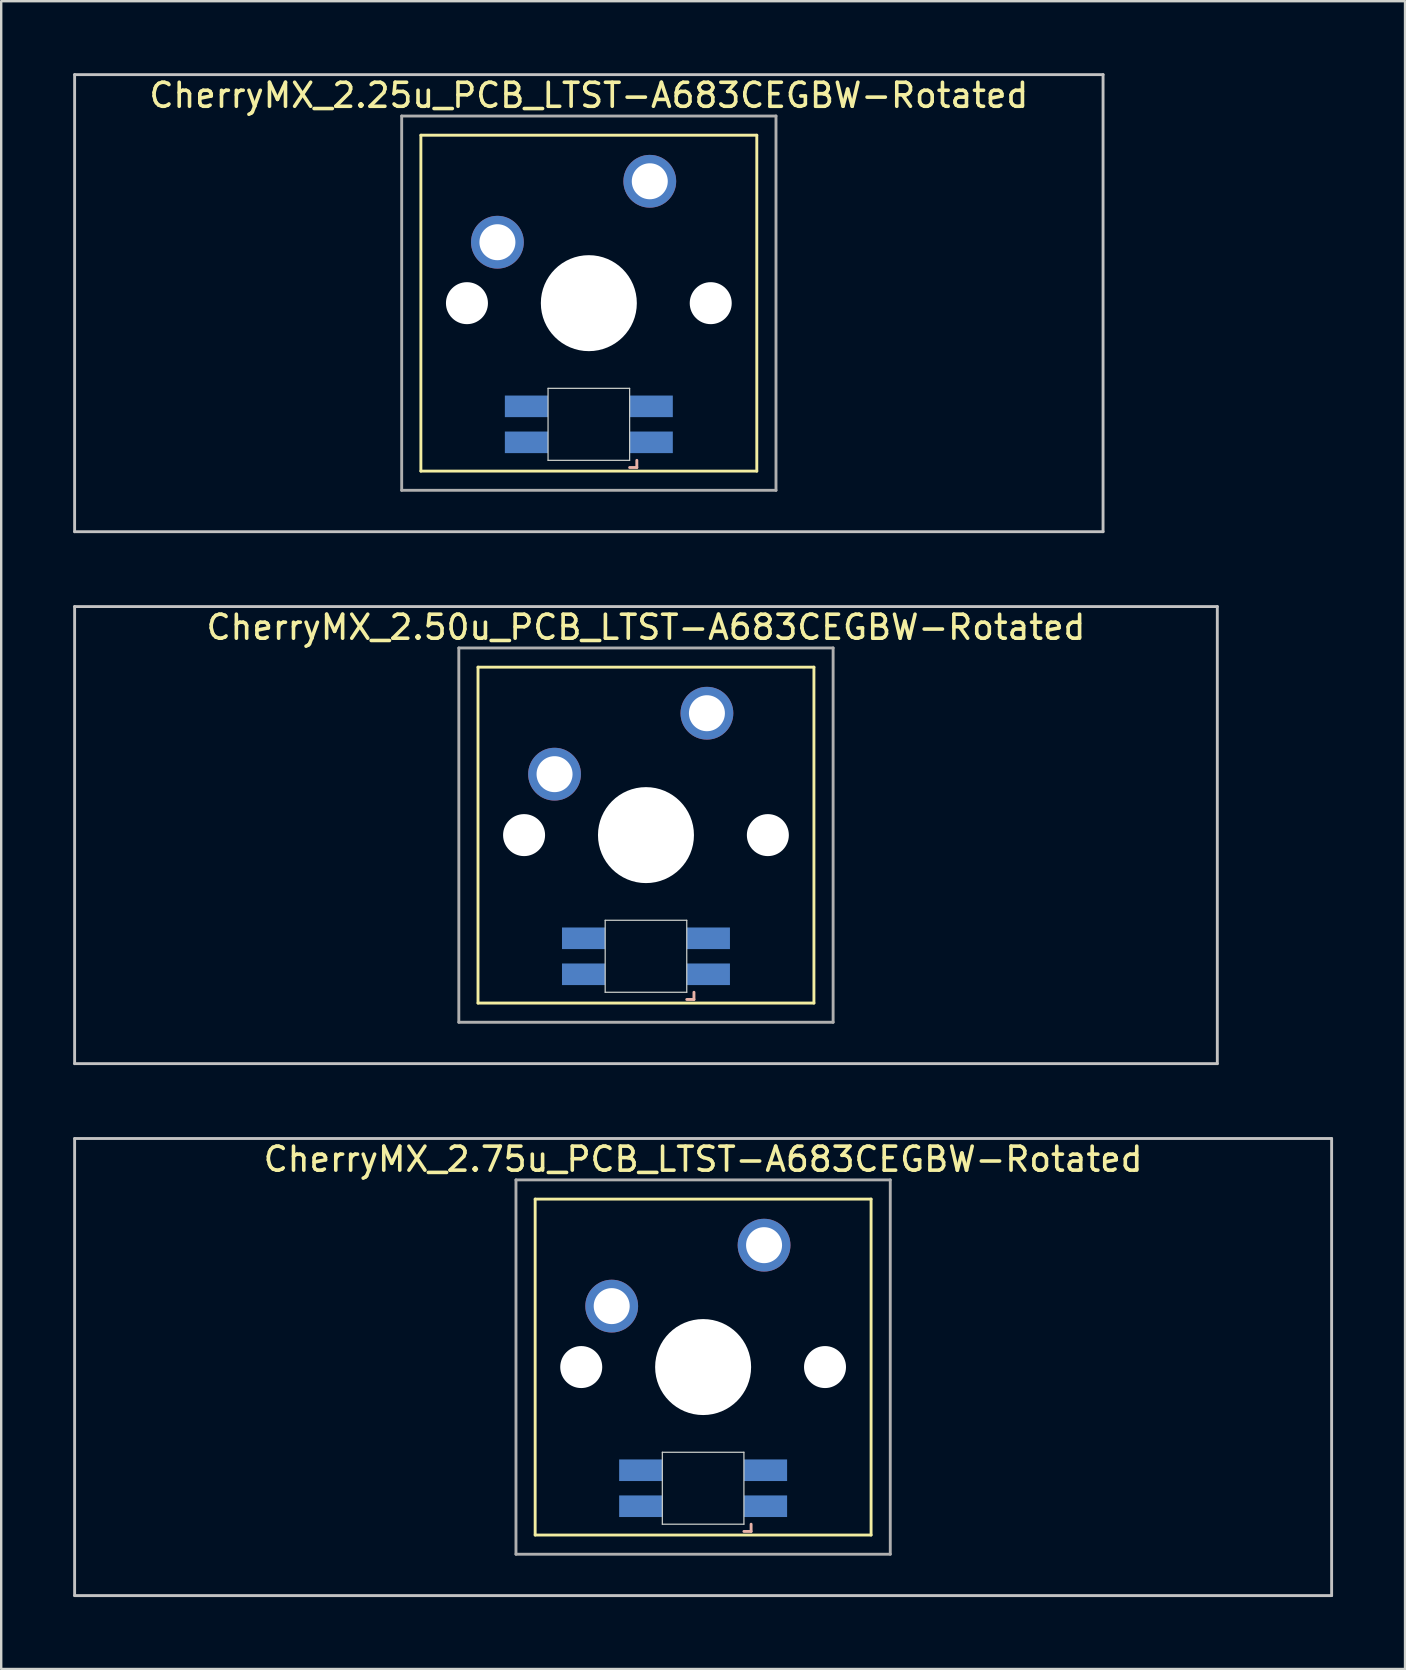
<source format=kicad_pcb>
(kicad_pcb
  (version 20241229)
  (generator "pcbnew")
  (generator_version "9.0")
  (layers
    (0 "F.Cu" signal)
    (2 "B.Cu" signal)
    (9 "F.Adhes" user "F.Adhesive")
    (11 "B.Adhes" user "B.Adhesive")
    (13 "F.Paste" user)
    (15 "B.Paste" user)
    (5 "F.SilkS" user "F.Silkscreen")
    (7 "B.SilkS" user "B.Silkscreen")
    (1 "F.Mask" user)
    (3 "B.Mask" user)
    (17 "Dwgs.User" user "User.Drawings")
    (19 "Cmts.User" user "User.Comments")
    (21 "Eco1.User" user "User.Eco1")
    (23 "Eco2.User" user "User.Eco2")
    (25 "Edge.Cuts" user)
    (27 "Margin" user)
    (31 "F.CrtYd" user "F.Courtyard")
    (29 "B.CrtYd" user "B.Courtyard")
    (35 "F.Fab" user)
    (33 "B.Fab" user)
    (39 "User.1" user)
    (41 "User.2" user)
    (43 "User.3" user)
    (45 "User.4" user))
  (footprint "CherryMX_2.50u_PCB_LTST-A683CEGBW-Rotated"
    (layer "F.Cu")
    (at 23.872 31.755)
    (property "Reference" "CherryMX_2.50u_PCB_LTST-A683CEGBW-Rotated" (at 0 -8.662 0) (layer "F.SilkS") (effects (font (size 1 1) (thickness 0.15))))
    (attr through_hole)
    (fp_line (start -7 -7) (end -7 7) (stroke (width 0.12) (type solid)) (layer "F.SilkS"))
    (fp_line (start -7 -7) (end 7 -7) (stroke (width 0.12) (type solid)) (layer "F.SilkS"))
    (fp_line (start 7 -7) (end 7 7) (stroke (width 0.12) (type solid)) (layer "F.SilkS"))
    (fp_line (start 7 7) (end -7 7) (stroke (width 0.12) (type solid)) (layer "F.SilkS"))
    (fp_line (start 1.7 6.85) (end 2 6.85) (stroke (width 0.12) (type solid)) (layer "B.SilkS"))
    (fp_line (start 2 6.85) (end 2 6.55) (stroke (width 0.12) (type solid)) (layer "B.SilkS"))
    (fp_line (start -23.812 -9.525) (end 23.812 -9.525) (stroke (width 0.12) (type solid)) (layer "Dwgs.User"))
    (fp_line (start -23.812 9.525) (end -23.812 -9.525) (stroke (width 0.12) (type solid)) (layer "Dwgs.User"))
    (fp_line (start 23.812 -9.525) (end 23.812 9.525) (stroke (width 0.12) (type solid)) (layer "Dwgs.User"))
    (fp_line (start 23.812 9.525) (end -23.812 9.525) (stroke (width 0.12) (type solid)) (layer "Dwgs.User"))
    (fp_line (start -1.7 3.55) (end 1.7 3.55) (stroke (width 0.05) (type solid)) (layer "Edge.Cuts"))
    (fp_line (start -1.7 6.55) (end -1.7 3.55) (stroke (width 0.05) (type solid)) (layer "Edge.Cuts"))
    (fp_line (start 1.7 3.55) (end 1.7 6.55) (stroke (width 0.05) (type solid)) (layer "Edge.Cuts"))
    (fp_line (start 1.7 6.55) (end -1.7 6.55) (stroke (width 0.05) (type solid)) (layer "Edge.Cuts"))
    (fp_line (start -7.8 -7.8) (end -7.8 7.8) (stroke (width 0.12) (type solid)) (layer "F.Fab"))
    (fp_line (start -7.8 -7.8) (end 7.8 -7.8) (stroke (width 0.12) (type solid)) (layer "F.Fab"))
    (fp_line (start -7.8 7.8) (end 7.8 7.8) (stroke (width 0.12) (type solid)) (layer "F.Fab"))
    (fp_line (start 7.8 -7.8) (end 7.8 7.8) (stroke (width 0.12) (type solid)) (layer "F.Fab"))
    (pad "" np_thru_hole circle (at -5.08 0) (size 1.75 1.75) (drill 1.75) (layers "*.Cu" "*.Mask"))
    (pad "" np_thru_hole circle (at 0 0) (size 4 4) (drill 4) (layers "*.Cu" "*.Mask"))
    (pad "" np_thru_hole circle (at 5.08 0) (size 1.75 1.75) (drill 1.75) (layers "*.Cu" "*.Mask"))
    (pad "1" thru_hole circle (at -3.81 -2.54) (size 2.2 2.2) (drill 1.5) (layers "*.Cu" "*.Mask"))
    (pad "2" thru_hole circle (at 2.54 -5.08) (size 2.2 2.2) (drill 1.5) (layers "*.Cu" "*.Mask"))
    (pad "3" smd rect (at 2.6 5.8) (size 1.8 0.9) (layers "B.Cu" "B.Mask" "B.Paste"))
    (pad "4" smd rect (at 2.6 4.3) (size 1.8 0.9) (layers "B.Cu" "B.Mask" "B.Paste"))
    (pad "5" smd rect (at -2.6 5.8) (size 1.8 0.9) (layers "B.Cu" "B.Mask" "B.Paste"))
    (pad "6" smd rect (at -2.6 4.3) (size 1.8 0.9) (layers "B.Cu" "B.Mask" "B.Paste")))
  (footprint "CherryMX_2.75u_PCB_LTST-A683CEGBW-Rotated"
    (layer "F.Cu")
    (at 26.254 53.925)
    (property "Reference" "CherryMX_2.75u_PCB_LTST-A683CEGBW-Rotated" (at 0 -8.662 0) (layer "F.SilkS") (effects (font (size 1 1) (thickness 0.15))))
    (attr through_hole)
    (fp_line (start -7 -7) (end -7 7) (stroke (width 0.12) (type solid)) (layer "F.SilkS"))
    (fp_line (start -7 -7) (end 7 -7) (stroke (width 0.12) (type solid)) (layer "F.SilkS"))
    (fp_line (start 7 -7) (end 7 7) (stroke (width 0.12) (type solid)) (layer "F.SilkS"))
    (fp_line (start 7 7) (end -7 7) (stroke (width 0.12) (type solid)) (layer "F.SilkS"))
    (fp_line (start 1.7 6.85) (end 2 6.85) (stroke (width 0.12) (type solid)) (layer "B.SilkS"))
    (fp_line (start 2 6.85) (end 2 6.55) (stroke (width 0.12) (type solid)) (layer "B.SilkS"))
    (fp_line (start -26.194 -9.525) (end 26.194 -9.525) (stroke (width 0.12) (type solid)) (layer "Dwgs.User"))
    (fp_line (start -26.194 9.525) (end -26.194 -9.525) (stroke (width 0.12) (type solid)) (layer "Dwgs.User"))
    (fp_line (start 26.194 -9.525) (end 26.194 9.525) (stroke (width 0.12) (type solid)) (layer "Dwgs.User"))
    (fp_line (start 26.194 9.525) (end -26.194 9.525) (stroke (width 0.12) (type solid)) (layer "Dwgs.User"))
    (fp_line (start -1.7 3.55) (end 1.7 3.55) (stroke (width 0.05) (type solid)) (layer "Edge.Cuts"))
    (fp_line (start -1.7 6.55) (end -1.7 3.55) (stroke (width 0.05) (type solid)) (layer "Edge.Cuts"))
    (fp_line (start 1.7 3.55) (end 1.7 6.55) (stroke (width 0.05) (type solid)) (layer "Edge.Cuts"))
    (fp_line (start 1.7 6.55) (end -1.7 6.55) (stroke (width 0.05) (type solid)) (layer "Edge.Cuts"))
    (fp_line (start -7.8 -7.8) (end -7.8 7.8) (stroke (width 0.12) (type solid)) (layer "F.Fab"))
    (fp_line (start -7.8 -7.8) (end 7.8 -7.8) (stroke (width 0.12) (type solid)) (layer "F.Fab"))
    (fp_line (start -7.8 7.8) (end 7.8 7.8) (stroke (width 0.12) (type solid)) (layer "F.Fab"))
    (fp_line (start 7.8 -7.8) (end 7.8 7.8) (stroke (width 0.12) (type solid)) (layer "F.Fab"))
    (pad "" np_thru_hole circle (at -5.08 0) (size 1.75 1.75) (drill 1.75) (layers "*.Cu" "*.Mask"))
    (pad "" np_thru_hole circle (at 0 0) (size 4 4) (drill 4) (layers "*.Cu" "*.Mask"))
    (pad "" np_thru_hole circle (at 5.08 0) (size 1.75 1.75) (drill 1.75) (layers "*.Cu" "*.Mask"))
    (pad "1" thru_hole circle (at -3.81 -2.54) (size 2.2 2.2) (drill 1.5) (layers "*.Cu" "*.Mask"))
    (pad "2" thru_hole circle (at 2.54 -5.08) (size 2.2 2.2) (drill 1.5) (layers "*.Cu" "*.Mask"))
    (pad "3" smd rect (at 2.6 5.8) (size 1.8 0.9) (layers "B.Cu" "B.Mask" "B.Paste"))
    (pad "4" smd rect (at 2.6 4.3) (size 1.8 0.9) (layers "B.Cu" "B.Mask" "B.Paste"))
    (pad "5" smd rect (at -2.6 5.8) (size 1.8 0.9) (layers "B.Cu" "B.Mask" "B.Paste"))
    (pad "6" smd rect (at -2.6 4.3) (size 1.8 0.9) (layers "B.Cu" "B.Mask" "B.Paste")))
  (footprint "CherryMX_2.25u_PCB_LTST-A683CEGBW-Rotated"
    (layer "F.Cu")
    (at 21.491 9.585)
    (property "Reference" "CherryMX_2.25u_PCB_LTST-A683CEGBW-Rotated" (at 0 -8.662 0) (layer "F.SilkS") (effects (font (size 1 1) (thickness 0.15))))
    (attr through_hole)
    (fp_line (start -7 -7) (end -7 7) (stroke (width 0.12) (type solid)) (layer "F.SilkS"))
    (fp_line (start -7 -7) (end 7 -7) (stroke (width 0.12) (type solid)) (layer "F.SilkS"))
    (fp_line (start 7 -7) (end 7 7) (stroke (width 0.12) (type solid)) (layer "F.SilkS"))
    (fp_line (start 7 7) (end -7 7) (stroke (width 0.12) (type solid)) (layer "F.SilkS"))
    (fp_line (start 1.7 6.85) (end 2 6.85) (stroke (width 0.12) (type solid)) (layer "B.SilkS"))
    (fp_line (start 2 6.85) (end 2 6.55) (stroke (width 0.12) (type solid)) (layer "B.SilkS"))
    (fp_line (start -21.431 -9.525) (end 21.431 -9.525) (stroke (width 0.12) (type solid)) (layer "Dwgs.User"))
    (fp_line (start -21.431 9.525) (end -21.431 -9.525) (stroke (width 0.12) (type solid)) (layer "Dwgs.User"))
    (fp_line (start 21.431 -9.525) (end 21.431 9.525) (stroke (width 0.12) (type solid)) (layer "Dwgs.User"))
    (fp_line (start 21.431 9.525) (end -21.431 9.525) (stroke (width 0.12) (type solid)) (layer "Dwgs.User"))
    (fp_line (start -1.7 3.55) (end 1.7 3.55) (stroke (width 0.05) (type solid)) (layer "Edge.Cuts"))
    (fp_line (start -1.7 6.55) (end -1.7 3.55) (stroke (width 0.05) (type solid)) (layer "Edge.Cuts"))
    (fp_line (start 1.7 3.55) (end 1.7 6.55) (stroke (width 0.05) (type solid)) (layer "Edge.Cuts"))
    (fp_line (start 1.7 6.55) (end -1.7 6.55) (stroke (width 0.05) (type solid)) (layer "Edge.Cuts"))
    (fp_line (start -7.8 -7.8) (end -7.8 7.8) (stroke (width 0.12) (type solid)) (layer "F.Fab"))
    (fp_line (start -7.8 -7.8) (end 7.8 -7.8) (stroke (width 0.12) (type solid)) (layer "F.Fab"))
    (fp_line (start -7.8 7.8) (end 7.8 7.8) (stroke (width 0.12) (type solid)) (layer "F.Fab"))
    (fp_line (start 7.8 -7.8) (end 7.8 7.8) (stroke (width 0.12) (type solid)) (layer "F.Fab"))
    (pad "" np_thru_hole circle (at -5.08 0) (size 1.75 1.75) (drill 1.75) (layers "*.Cu" "*.Mask"))
    (pad "" np_thru_hole circle (at 0 0) (size 4 4) (drill 4) (layers "*.Cu" "*.Mask"))
    (pad "" np_thru_hole circle (at 5.08 0) (size 1.75 1.75) (drill 1.75) (layers "*.Cu" "*.Mask"))
    (pad "1" thru_hole circle (at -3.81 -2.54) (size 2.2 2.2) (drill 1.5) (layers "*.Cu" "*.Mask"))
    (pad "2" thru_hole circle (at 2.54 -5.08) (size 2.2 2.2) (drill 1.5) (layers "*.Cu" "*.Mask"))
    (pad "3" smd rect (at 2.6 5.8) (size 1.8 0.9) (layers "B.Cu" "B.Mask" "B.Paste"))
    (pad "4" smd rect (at 2.6 4.3) (size 1.8 0.9) (layers "B.Cu" "B.Mask" "B.Paste"))
    (pad "5" smd rect (at -2.6 5.8) (size 1.8 0.9) (layers "B.Cu" "B.Mask" "B.Paste"))
    (pad "6" smd rect (at -2.6 4.3) (size 1.8 0.9) (layers "B.Cu" "B.Mask" "B.Paste")))
  (gr_rect
    (start -3 -3)
    (end 55.508 66.51)
    (stroke (width 0.1) (type default))
    (fill no)
    (layer "Edge.Cuts")))
</source>
